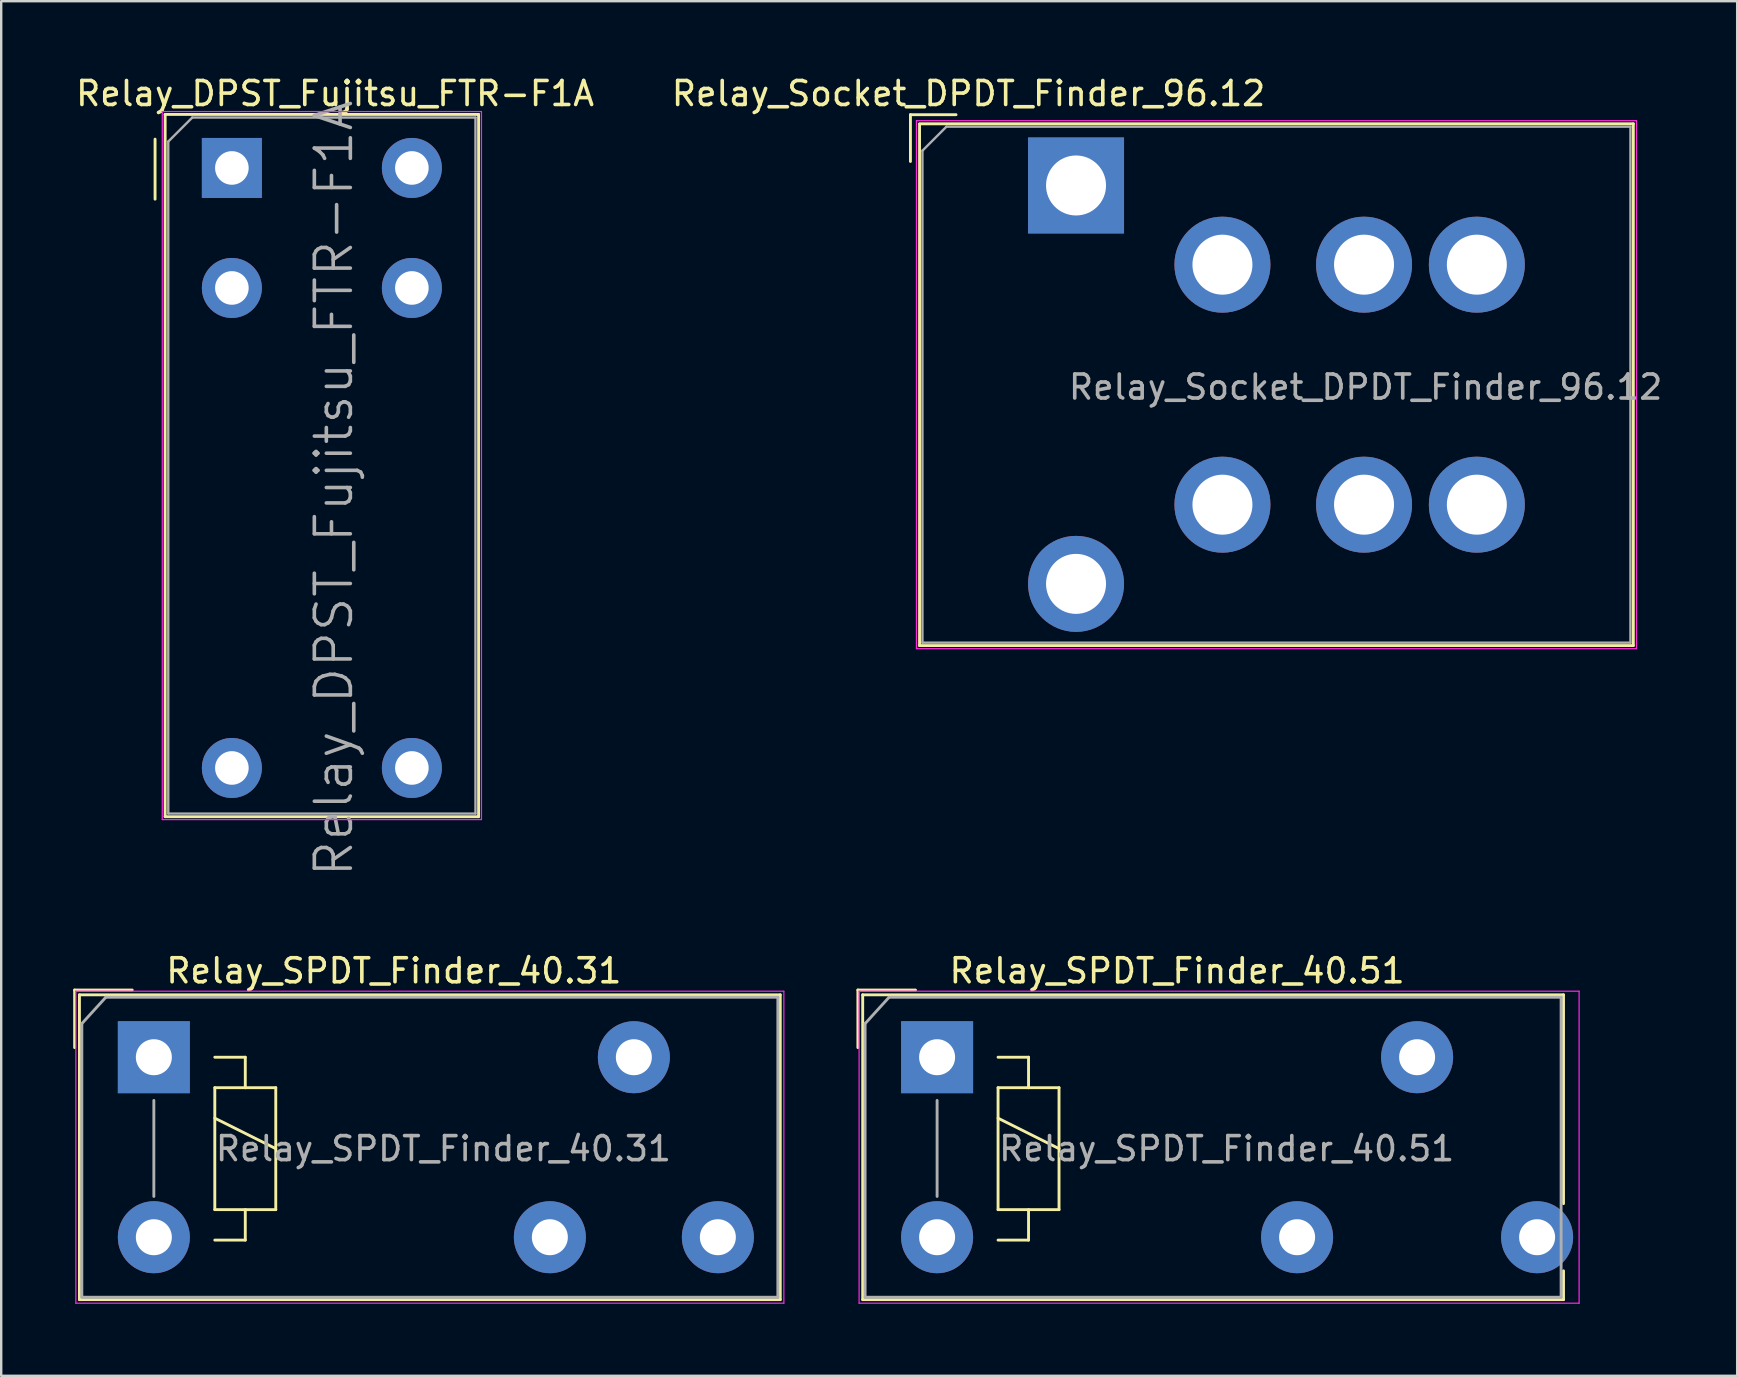
<source format=kicad_pcb>
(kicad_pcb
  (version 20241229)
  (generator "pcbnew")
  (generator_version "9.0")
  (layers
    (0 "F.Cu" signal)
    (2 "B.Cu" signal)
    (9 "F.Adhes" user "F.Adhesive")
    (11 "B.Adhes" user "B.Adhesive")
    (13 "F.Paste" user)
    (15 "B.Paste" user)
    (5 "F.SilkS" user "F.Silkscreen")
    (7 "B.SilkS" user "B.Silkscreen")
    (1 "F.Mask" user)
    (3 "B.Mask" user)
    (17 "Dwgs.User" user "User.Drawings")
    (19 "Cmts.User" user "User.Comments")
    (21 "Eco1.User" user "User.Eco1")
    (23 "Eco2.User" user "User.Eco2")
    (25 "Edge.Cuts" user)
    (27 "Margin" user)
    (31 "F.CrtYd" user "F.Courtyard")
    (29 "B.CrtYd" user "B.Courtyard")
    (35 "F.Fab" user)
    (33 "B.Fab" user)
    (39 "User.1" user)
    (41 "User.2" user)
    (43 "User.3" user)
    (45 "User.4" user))
  (footprint "Relay_SPDT_Finder_40.31"
    (layer "F.Cu")
    (at 3.36 41)
    (property "Reference" "Relay_SPDT_Finder_40.31" (at 10 -3.6 0) (layer "F.SilkS") (effects (font (size 1 1) (thickness 0.15))))
    (attr through_hole)
    (fp_line (start -3.3 -0.4) (end -3.3 -2.8) (stroke (width 0.12) (type solid)) (layer "F.SilkS"))
    (fp_line (start -3.1 -2.6) (end 26.1 -2.6) (stroke (width 0.12) (type solid)) (layer "F.SilkS"))
    (fp_line (start -3.1 10.1) (end -3.1 -2.6) (stroke (width 0.12) (type solid)) (layer "F.SilkS"))
    (fp_line (start -0.9 -2.8) (end -3.3 -2.8) (stroke (width 0.12) (type solid)) (layer "F.SilkS"))
    (fp_line (start 2.54 0) (end 3.81 0) (stroke (width 0.12) (type solid)) (layer "F.SilkS"))
    (fp_line (start 2.54 1.27) (end 3.81 1.27) (stroke (width 0.12) (type solid)) (layer "F.SilkS"))
    (fp_line (start 2.54 2.54) (end 5.08 3.81) (stroke (width 0.12) (type solid)) (layer "F.SilkS"))
    (fp_line (start 2.54 6.35) (end 2.54 1.27) (stroke (width 0.12) (type solid)) (layer "F.SilkS"))
    (fp_line (start 3.81 0) (end 3.81 1.27) (stroke (width 0.12) (type solid)) (layer "F.SilkS"))
    (fp_line (start 3.81 1.27) (end 5.08 1.27) (stroke (width 0.12) (type solid)) (layer "F.SilkS"))
    (fp_line (start 3.81 6.35) (end 3.81 7.62) (stroke (width 0.12) (type solid)) (layer "F.SilkS"))
    (fp_line (start 3.81 7.62) (end 2.54 7.62) (stroke (width 0.12) (type solid)) (layer "F.SilkS"))
    (fp_line (start 5.08 1.27) (end 5.08 6.35) (stroke (width 0.12) (type solid)) (layer "F.SilkS"))
    (fp_line (start 5.08 6.35) (end 2.54 6.35) (stroke (width 0.12) (type solid)) (layer "F.SilkS"))
    (fp_line (start 26.1 -2.6) (end 26.1 10.1) (stroke (width 0.12) (type solid)) (layer "F.SilkS"))
    (fp_line (start 26.1 10.1) (end -3.1 10.1) (stroke (width 0.12) (type solid)) (layer "F.SilkS"))
    (fp_line (start -3.25 -2.75) (end -3.25 10.25) (stroke (width 0.05) (type solid)) (layer "F.CrtYd"))
    (fp_line (start -3.25 -2.75) (end 26.25 -2.75) (stroke (width 0.05) (type solid)) (layer "F.CrtYd"))
    (fp_line (start 26.25 10.25) (end -3.25 10.25) (stroke (width 0.05) (type solid)) (layer "F.CrtYd"))
    (fp_line (start 26.25 10.25) (end 26.25 -2.75) (stroke (width 0.05) (type solid)) (layer "F.CrtYd"))
    (fp_line (start -3 -1.4) (end -3 10) (stroke (width 0.12) (type solid)) (layer "F.Fab"))
    (fp_line (start -3 10) (end 26 10) (stroke (width 0.12) (type solid)) (layer "F.Fab"))
    (fp_line (start -2 -2.5) (end -3 -1.4) (stroke (width 0.12) (type solid)) (layer "F.Fab"))
    (fp_line (start 0 1.8) (end 0 5.8) (stroke (width 0.12) (type solid)) (layer "F.Fab"))
    (fp_line (start 26 -2.5) (end -2 -2.5) (stroke (width 0.12) (type solid)) (layer "F.Fab"))
    (fp_line (start 26 10) (end 26 -2.5) (stroke (width 0.12) (type solid)) (layer "F.Fab"))
    (fp_text user "${REFERENCE}" (at 12.065 3.81 0) (layer "F.Fab") (effects (font (size 1 1) (thickness 0.15))))
    (pad "11" thru_hole circle (at 20 0) (size 3 3) (drill 1.5) (layers "*.Cu" "*.Mask"))
    (pad "12" thru_hole circle (at 16.5 7.5) (size 3 3) (drill 1.5) (layers "*.Cu" "*.Mask"))
    (pad "14" thru_hole circle (at 23.5 7.5) (size 3 3) (drill 1.5) (layers "*.Cu" "*.Mask"))
    (pad "A1" thru_hole rect (at 0 0) (size 3 3) (drill 1.5) (layers "*.Cu" "*.Mask"))
    (pad "A2" thru_hole circle (at 0 7.5) (size 3 3) (drill 1.5) (layers "*.Cu" "*.Mask")))
  (footprint "Relay_Socket_DPDT_Finder_96.12"
    (layer "F.Cu")
    (at 41.784 4.678)
    (property "Reference" "Relay_Socket_DPDT_Finder_96.12" (at -4.48 -3.83 180) (layer "F.SilkS") (effects (font (size 1 1) (thickness 0.15))))
    (attr through_hole)
    (fp_line (start -6.9 -2.95) (end -5 -2.95) (stroke (width 0.12) (type solid)) (layer "F.SilkS"))
    (fp_line (start -6.9 -1) (end -6.9 -2.95) (stroke (width 0.12) (type solid)) (layer "F.SilkS"))
    (fp_line (start -6.52 -2.57) (end 23.22 -2.57) (stroke (width 0.12) (type solid)) (layer "F.SilkS"))
    (fp_line (start -6.52 -2.55) (end -6.52 19.17) (stroke (width 0.12) (type solid)) (layer "F.SilkS"))
    (fp_line (start -6.52 19.17) (end 23.22 19.17) (stroke (width 0.12) (type solid)) (layer "F.SilkS"))
    (fp_line (start 23.22 -2.57) (end 23.22 19.17) (stroke (width 0.12) (type solid)) (layer "F.SilkS"))
    (fp_line (start -6.65 -2.7) (end -6.65 19.3) (stroke (width 0.05) (type solid)) (layer "F.CrtYd"))
    (fp_line (start -6.65 -2.7) (end 23.35 -2.7) (stroke (width 0.05) (type solid)) (layer "F.CrtYd"))
    (fp_line (start -6.65 19.3) (end 23.35 19.3) (stroke (width 0.05) (type solid)) (layer "F.CrtYd"))
    (fp_line (start 23.35 -2.7) (end 23.35 19.3) (stroke (width 0.05) (type solid)) (layer "F.CrtYd"))
    (fp_line (start -6.4 -1.45) (end -6.4 19.05) (stroke (width 0.1) (type solid)) (layer "F.Fab"))
    (fp_line (start -6.4 -1.45) (end -5.4 -2.45) (stroke (width 0.1) (type solid)) (layer "F.Fab"))
    (fp_line (start -5.4 -2.45) (end 23.1 -2.45) (stroke (width 0.1) (type solid)) (layer "F.Fab"))
    (fp_line (start 23.1 -2.45) (end 23.1 19.05) (stroke (width 0.1) (type solid)) (layer "F.Fab"))
    (fp_line (start 23.1 19.05) (end -6.4 19.05) (stroke (width 0.1) (type solid)) (layer "F.Fab"))
    (fp_text user "${REFERENCE}" (at 12.065 8.4 0) (layer "F.Fab") (effects (font (size 1 1) (thickness 0.15))))
    (pad "11" thru_hole circle (at 6.1 3.3) (size 4 4) (drill 2.5) (layers "*.Cu" "*.Mask"))
    (pad "12" thru_hole circle (at 16.7 3.3) (size 4 4) (drill 2.5) (layers "*.Cu" "*.Mask"))
    (pad "14" thru_hole circle (at 12 3.3) (size 4 4) (drill 2.5) (layers "*.Cu" "*.Mask"))
    (pad "21" thru_hole circle (at 6.1 13.3) (size 4 4) (drill 2.5) (layers "*.Cu" "*.Mask"))
    (pad "22" thru_hole circle (at 16.7 13.3) (size 4 4) (drill 2.5) (layers "*.Cu" "*.Mask"))
    (pad "24" thru_hole circle (at 12 13.3) (size 4 4) (drill 2.5) (layers "*.Cu" "*.Mask"))
    (pad "A1" thru_hole rect (at 0 0) (size 4 4) (drill 2.5) (layers "*.Cu" "*.Mask"))
    (pad "A2" thru_hole circle (at 0 16.6) (size 4 4) (drill 2.5) (layers "*.Cu" "*.Mask")))
  (footprint "Relay_SPDT_Finder_40.51"
    (layer "F.Cu")
    (at 35.995 41)
    (property "Reference" "Relay_SPDT_Finder_40.51" (at 10 -3.6 0) (layer "F.SilkS") (effects (font (size 1 1) (thickness 0.15))))
    (attr through_hole)
    (fp_line (start -3.3 -0.4) (end -3.3 -2.8) (stroke (width 0.12) (type solid)) (layer "F.SilkS"))
    (fp_line (start -3.1 -2.6) (end 26.1 -2.6) (stroke (width 0.12) (type solid)) (layer "F.SilkS"))
    (fp_line (start -3.1 10.1) (end -3.1 -2.6) (stroke (width 0.12) (type solid)) (layer "F.SilkS"))
    (fp_line (start -0.9 -2.8) (end -3.3 -2.8) (stroke (width 0.12) (type solid)) (layer "F.SilkS"))
    (fp_line (start 2.54 0) (end 3.81 0) (stroke (width 0.12) (type solid)) (layer "F.SilkS"))
    (fp_line (start 2.54 1.27) (end 3.81 1.27) (stroke (width 0.12) (type solid)) (layer "F.SilkS"))
    (fp_line (start 2.54 2.54) (end 5.08 3.81) (stroke (width 0.12) (type solid)) (layer "F.SilkS"))
    (fp_line (start 2.54 6.35) (end 2.54 1.27) (stroke (width 0.12) (type solid)) (layer "F.SilkS"))
    (fp_line (start 3.81 0) (end 3.81 1.27) (stroke (width 0.12) (type solid)) (layer "F.SilkS"))
    (fp_line (start 3.81 1.27) (end 5.08 1.27) (stroke (width 0.12) (type solid)) (layer "F.SilkS"))
    (fp_line (start 3.81 6.35) (end 3.81 7.62) (stroke (width 0.12) (type solid)) (layer "F.SilkS"))
    (fp_line (start 3.81 7.62) (end 2.54 7.62) (stroke (width 0.12) (type solid)) (layer "F.SilkS"))
    (fp_line (start 5.08 1.27) (end 5.08 6.35) (stroke (width 0.12) (type solid)) (layer "F.SilkS"))
    (fp_line (start 5.08 6.35) (end 2.54 6.35) (stroke (width 0.12) (type solid)) (layer "F.SilkS"))
    (fp_line (start 26.1 -2.6) (end 26.1 6.1) (stroke (width 0.12) (type solid)) (layer "F.SilkS"))
    (fp_line (start 26.1 8.9) (end 26.1 10.1) (stroke (width 0.12) (type solid)) (layer "F.SilkS"))
    (fp_line (start 26.1 10.1) (end -3.1 10.1) (stroke (width 0.12) (type solid)) (layer "F.SilkS"))
    (fp_line (start -3.25 -2.75) (end -3.25 10.25) (stroke (width 0.05) (type solid)) (layer "F.CrtYd"))
    (fp_line (start -3.25 -2.75) (end 26.75 -2.75) (stroke (width 0.05) (type solid)) (layer "F.CrtYd"))
    (fp_line (start 26.75 10.25) (end -3.25 10.25) (stroke (width 0.05) (type solid)) (layer "F.CrtYd"))
    (fp_line (start 26.75 10.25) (end 26.75 -2.75) (stroke (width 0.05) (type solid)) (layer "F.CrtYd"))
    (fp_line (start -3 -1.4) (end -3 10) (stroke (width 0.12) (type solid)) (layer "F.Fab"))
    (fp_line (start -3 10) (end 26 10) (stroke (width 0.12) (type solid)) (layer "F.Fab"))
    (fp_line (start -2 -2.5) (end -3 -1.4) (stroke (width 0.12) (type solid)) (layer "F.Fab"))
    (fp_line (start 0 1.8) (end 0 5.8) (stroke (width 0.12) (type solid)) (layer "F.Fab"))
    (fp_line (start 26 -2.5) (end -2 -2.5) (stroke (width 0.12) (type solid)) (layer "F.Fab"))
    (fp_line (start 26 10) (end 26 -2.5) (stroke (width 0.12) (type solid)) (layer "F.Fab"))
    (fp_text user "${REFERENCE}" (at 12.065 3.81 0) (layer "F.Fab") (effects (font (size 1 1) (thickness 0.15))))
    (pad "11" thru_hole circle (at 20 0) (size 3 3) (drill 1.5) (layers "*.Cu" "*.Mask"))
    (pad "12" thru_hole circle (at 15 7.5) (size 3 3) (drill 1.5) (layers "*.Cu" "*.Mask"))
    (pad "14" thru_hole circle (at 25 7.5) (size 3 3) (drill 1.5) (layers "*.Cu" "*.Mask"))
    (pad "A1" thru_hole rect (at 0 0) (size 3 3) (drill 1.5) (layers "*.Cu" "*.Mask"))
    (pad "A2" thru_hole circle (at 0 7.5) (size 3 3) (drill 1.5) (layers "*.Cu" "*.Mask")))
  (footprint "Relay_DPST_Fujitsu_FTR-F1A"
    (layer "F.Cu")
    (at 6.611 3.948)
    (property "Reference" "Relay_DPST_Fujitsu_FTR-F1A" (at 4.3 -3.1 0) (layer "F.SilkS") (effects (font (size 1 1) (thickness 0.15))))
    (attr through_hole)
    (fp_line (start -3.2 -1.2) (end -3.2 1.3) (stroke (width 0.12) (type solid)) (layer "F.SilkS"))
    (fp_line (start -2.78 -2.23) (end 10.28 -2.23) (stroke (width 0.12) (type solid)) (layer "F.SilkS"))
    (fp_line (start -2.78 27.03) (end -2.78 -2.23) (stroke (width 0.12) (type solid)) (layer "F.SilkS"))
    (fp_line (start 10.28 -2.23) (end 10.28 27.03) (stroke (width 0.12) (type solid)) (layer "F.SilkS"))
    (fp_line (start 10.28 27.03) (end -2.78 27.03) (stroke (width 0.12) (type solid)) (layer "F.SilkS"))
    (fp_line (start -2.9 -2.35) (end 10.4 -2.35) (stroke (width 0.05) (type solid)) (layer "F.CrtYd"))
    (fp_line (start -2.9 27.15) (end -2.9 -2.35) (stroke (width 0.05) (type solid)) (layer "F.CrtYd"))
    (fp_line (start 10.4 -2.35) (end 10.4 27.15) (stroke (width 0.05) (type solid)) (layer "F.CrtYd"))
    (fp_line (start 10.4 27.15) (end -2.9 27.15) (stroke (width 0.05) (type solid)) (layer "F.CrtYd"))
    (fp_line (start -2.65 -1.1) (end -2.65 26.9) (stroke (width 0.1) (type solid)) (layer "F.Fab"))
    (fp_line (start -2.65 26.9) (end 10.15 26.9) (stroke (width 0.1) (type solid)) (layer "F.Fab"))
    (fp_line (start -1.65 -2.1) (end -2.65 -1.1) (stroke (width 0.1) (type solid)) (layer "F.Fab"))
    (fp_line (start -1.65 -2.1) (end 10.15 -2.1) (stroke (width 0.1) (type solid)) (layer "F.Fab"))
    (fp_line (start 10.15 -2.1) (end 10.15 26.9) (stroke (width 0.1) (type solid)) (layer "F.Fab"))
    (fp_text user "${REFERENCE}" (at 4.25 13.35 270) (layer "F.Fab") (effects (font (size 1.5 1.5) (thickness 0.15))))
    (pad "1" thru_hole rect (at 0 0 270) (size 2.5 2.5) (drill 1.4) (layers "*.Cu" "*.Mask"))
    (pad "2" thru_hole circle (at 0 5 270) (size 2.5 2.5) (drill 1.4) (layers "*.Cu" "*.Mask"))
    (pad "4" thru_hole circle (at 0 25 270) (size 2.5 2.5) (drill 1.4) (layers "*.Cu" "*.Mask"))
    (pad "5" thru_hole circle (at 7.5 25 270) (size 2.5 2.5) (drill 1.4) (layers "*.Cu" "*.Mask"))
    (pad "7" thru_hole circle (at 7.5 5 270) (size 2.5 2.5) (drill 1.4) (layers "*.Cu" "*.Mask"))
    (pad "8" thru_hole circle (at 7.5 0 270) (size 2.5 2.5) (drill 1.4) (layers "*.Cu" "*.Mask")))
  (gr_rect
    (start -3 -3)
    (end 69.331 54.275)
    (stroke (width 0.1) (type default))
    (fill no)
    (layer "Edge.Cuts")))
</source>
